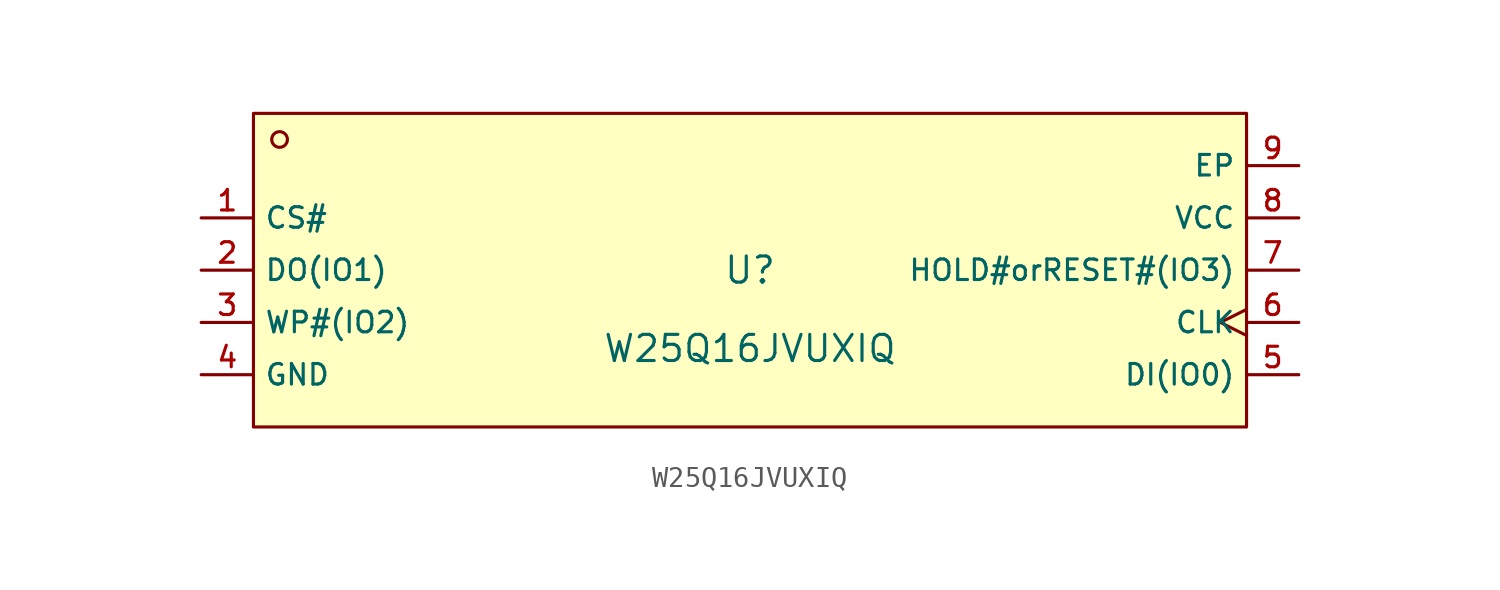
<source format=kicad_sym>
(kicad_symbol_lib
  (version 20220914)
  (generator kicad_symbol_editor)
  (symbol "W25Q16JVUXIQ"
    (property "Reference" "U"
      (at 0 1.27 0)
      (effects (font (size 1.27 1.27))))
    (property "Value" "W25Q16JVUXIQ"
      (at 0 -2.54 0)
      (effects (font (size 1.27 1.27))))
    (symbol "W25Q16JVUXIQ_0_1"
      (rectangle (start -24.13 8.89) (end 24.13 -6.35) (stroke (width 0) (type default)) (fill (type background)))
      (circle (center -22.86 7.62) (radius 0.381) (stroke (width 0) (type default)) (fill (type background))))
    (symbol "W25Q16JVUXIQ_1_1"
      (pin input line (at -26.67 3.81 0) (length 2.54) (name "CS#" (effects (font (size 1 1)))) (number "1" (effects (font (size 1 1)))))
      (pin bidirectional line (at -26.67 1.27 0) (length 2.54) (name "DO(IO1)" (effects (font (size 1 1)))) (number "2" (effects (font (size 1 1)))))
      (pin bidirectional line (at -26.67 -1.27 0) (length 2.54) (name "WP#(IO2)" (effects (font (size 1 1)))) (number "3" (effects (font (size 1 1)))))
      (pin power_in line (at -26.67 -3.81 0) (length 2.54) (name "GND" (effects (font (size 1 1)))) (number "4" (effects (font (size 1 1)))))
      (pin bidirectional line (at 26.67 -3.81 180) (length 2.54) (name "DI(IO0)" (effects (font (size 1 1)))) (number "5" (effects (font (size 1 1)))))
      (pin input clock (at 26.67 -1.27 180) (length 2.54) (name "CLK" (effects (font (size 1 1)))) (number "6" (effects (font (size 1 1)))))
      (pin bidirectional line (at 26.67 1.27 180) (length 2.54) (name "HOLD#orRESET#(IO3)" (effects (font (size 1 1)))) (number "7" (effects (font (size 1 1)))))
      (pin power_in line (at 26.67 3.81 180) (length 2.54) (name "VCC" (effects (font (size 1 1)))) (number "8" (effects (font (size 1 1)))))
      (pin power_in line (at 26.67 6.35 180) (length 2.54) (name "EP" (effects (font (size 1 1)))) (number "9" (effects (font (size 1 1))))))))
</source>
